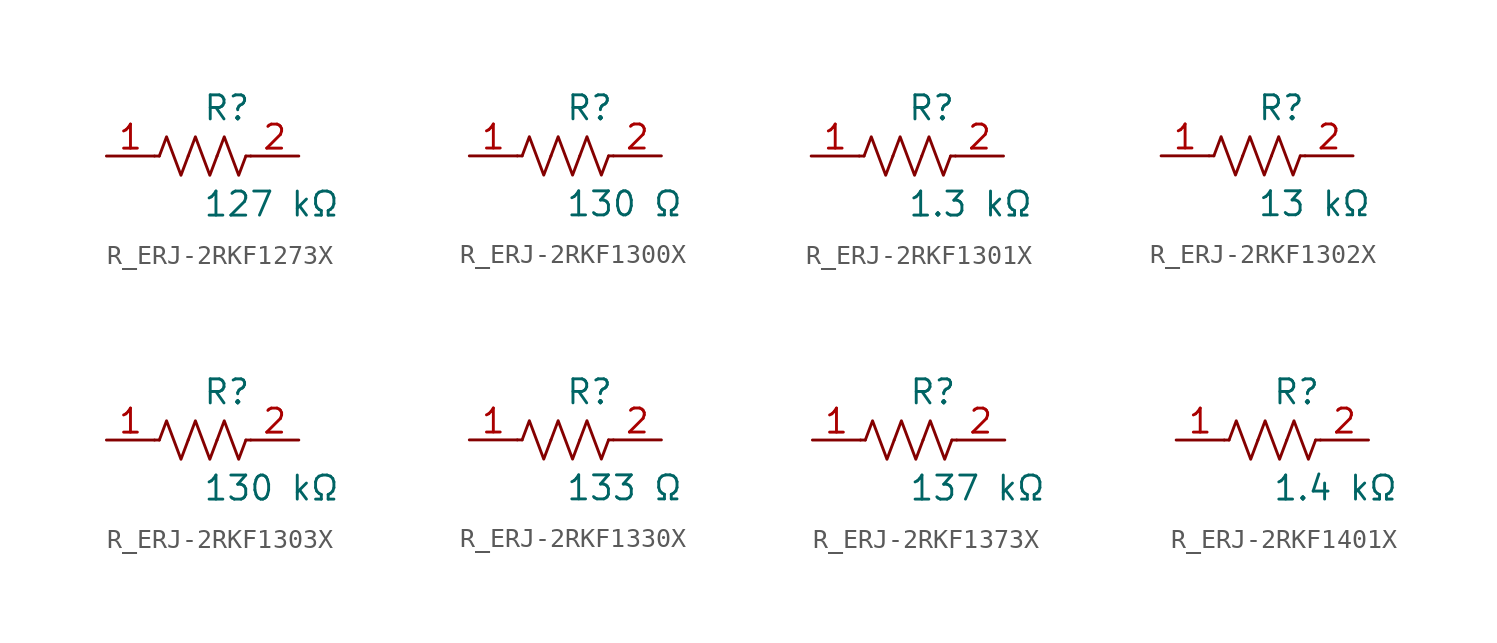
<source format=kicad_sym>
(kicad_symbol_lib
  (version 20231120)
  (generator kicad_symbol_editor)
  (generator_version 8.0)
  (symbol "R_ERJ-2RKF1273X"
    (pin_names
      (offset 0.254))
    (property "Reference" "R"
      (at 0.0 2.54 0)
      (effects (font (size 1.27 1.27)) (justify left)))
    (property "Value" "127 kΩ"
      (at 0.0 -2.54 0)
      (effects (font (size 1.27 1.27)) (justify left)))
    (symbol "R_ERJ-2RKF1273X_0_1"
      (polyline (pts (xy 2.286 0) (xy 2.54 0)) (stroke (width 0) (type default)) (fill (type none)))
      (polyline (pts (xy -2.286 0) (xy -2.54 0)) (stroke (width 0) (type default)) (fill (type none)))
      (polyline (pts (xy 0.762 0) (xy 1.143 1.016) (xy 1.524 0) (xy 1.905 -1.016) (xy 2.286 0)) (stroke (width 0) (type default)) (fill (type none)))
      (polyline (pts (xy -0.762 0) (xy -0.381 1.016) (xy 0 0) (xy 0.381 -1.016) (xy 0.762 0)) (stroke (width 0) (type default)) (fill (type none)))
      (polyline (pts (xy -2.286 0) (xy -1.905 1.016) (xy -1.524 0) (xy -1.143 -1.016) (xy -0.762 0)) (stroke (width 0) (type default)) (fill (type none))))
    (pin unspecified line
      (at -5.08 0 0)
      (length 2.54)
      (name "" (effects (font (size 1.27 1.27))))
      (number "1" (effects (font (size 1.27 1.27)))))
    (pin unspecified line
      (at 5.08 0 180)
      (length 2.54)
      (name "" (effects (font (size 1.27 1.27))))
      (number "2" (effects (font (size 1.27 1.27))))))
  (symbol "R_ERJ-2RKF1300X"
    (pin_names
      (offset 0.254))
    (property "Reference" "R"
      (at 0.0 2.54 0)
      (effects (font (size 1.27 1.27)) (justify left)))
    (property "Value" "130 Ω"
      (at 0.0 -2.54 0)
      (effects (font (size 1.27 1.27)) (justify left)))
    (symbol "R_ERJ-2RKF1300X_0_1"
      (polyline (pts (xy 2.286 0) (xy 2.54 0)) (stroke (width 0) (type default)) (fill (type none)))
      (polyline (pts (xy -2.286 0) (xy -2.54 0)) (stroke (width 0) (type default)) (fill (type none)))
      (polyline (pts (xy 0.762 0) (xy 1.143 1.016) (xy 1.524 0) (xy 1.905 -1.016) (xy 2.286 0)) (stroke (width 0) (type default)) (fill (type none)))
      (polyline (pts (xy -0.762 0) (xy -0.381 1.016) (xy 0 0) (xy 0.381 -1.016) (xy 0.762 0)) (stroke (width 0) (type default)) (fill (type none)))
      (polyline (pts (xy -2.286 0) (xy -1.905 1.016) (xy -1.524 0) (xy -1.143 -1.016) (xy -0.762 0)) (stroke (width 0) (type default)) (fill (type none))))
    (pin unspecified line
      (at -5.08 0 0)
      (length 2.54)
      (name "" (effects (font (size 1.27 1.27))))
      (number "1" (effects (font (size 1.27 1.27)))))
    (pin unspecified line
      (at 5.08 0 180)
      (length 2.54)
      (name "" (effects (font (size 1.27 1.27))))
      (number "2" (effects (font (size 1.27 1.27))))))
  (symbol "R_ERJ-2RKF1301X"
    (pin_names
      (offset 0.254))
    (property "Reference" "R"
      (at 0.0 2.54 0)
      (effects (font (size 1.27 1.27)) (justify left)))
    (property "Value" "1.3 kΩ"
      (at 0.0 -2.54 0)
      (effects (font (size 1.27 1.27)) (justify left)))
    (symbol "R_ERJ-2RKF1301X_0_1"
      (polyline (pts (xy 2.286 0) (xy 2.54 0)) (stroke (width 0) (type default)) (fill (type none)))
      (polyline (pts (xy -2.286 0) (xy -2.54 0)) (stroke (width 0) (type default)) (fill (type none)))
      (polyline (pts (xy 0.762 0) (xy 1.143 1.016) (xy 1.524 0) (xy 1.905 -1.016) (xy 2.286 0)) (stroke (width 0) (type default)) (fill (type none)))
      (polyline (pts (xy -0.762 0) (xy -0.381 1.016) (xy 0 0) (xy 0.381 -1.016) (xy 0.762 0)) (stroke (width 0) (type default)) (fill (type none)))
      (polyline (pts (xy -2.286 0) (xy -1.905 1.016) (xy -1.524 0) (xy -1.143 -1.016) (xy -0.762 0)) (stroke (width 0) (type default)) (fill (type none))))
    (pin unspecified line
      (at -5.08 0 0)
      (length 2.54)
      (name "" (effects (font (size 1.27 1.27))))
      (number "1" (effects (font (size 1.27 1.27)))))
    (pin unspecified line
      (at 5.08 0 180)
      (length 2.54)
      (name "" (effects (font (size 1.27 1.27))))
      (number "2" (effects (font (size 1.27 1.27))))))
  (symbol "R_ERJ-2RKF1302X"
    (pin_names
      (offset 0.254))
    (property "Reference" "R"
      (at 0.0 2.54 0)
      (effects (font (size 1.27 1.27)) (justify left)))
    (property "Value" "13 kΩ"
      (at 0.0 -2.54 0)
      (effects (font (size 1.27 1.27)) (justify left)))
    (symbol "R_ERJ-2RKF1302X_0_1"
      (polyline (pts (xy 2.286 0) (xy 2.54 0)) (stroke (width 0) (type default)) (fill (type none)))
      (polyline (pts (xy -2.286 0) (xy -2.54 0)) (stroke (width 0) (type default)) (fill (type none)))
      (polyline (pts (xy 0.762 0) (xy 1.143 1.016) (xy 1.524 0) (xy 1.905 -1.016) (xy 2.286 0)) (stroke (width 0) (type default)) (fill (type none)))
      (polyline (pts (xy -0.762 0) (xy -0.381 1.016) (xy 0 0) (xy 0.381 -1.016) (xy 0.762 0)) (stroke (width 0) (type default)) (fill (type none)))
      (polyline (pts (xy -2.286 0) (xy -1.905 1.016) (xy -1.524 0) (xy -1.143 -1.016) (xy -0.762 0)) (stroke (width 0) (type default)) (fill (type none))))
    (pin unspecified line
      (at -5.08 0 0)
      (length 2.54)
      (name "" (effects (font (size 1.27 1.27))))
      (number "1" (effects (font (size 1.27 1.27)))))
    (pin unspecified line
      (at 5.08 0 180)
      (length 2.54)
      (name "" (effects (font (size 1.27 1.27))))
      (number "2" (effects (font (size 1.27 1.27))))))
  (symbol "R_ERJ-2RKF1303X"
    (pin_names
      (offset 0.254))
    (property "Reference" "R"
      (at 0.0 2.54 0)
      (effects (font (size 1.27 1.27)) (justify left)))
    (property "Value" "130 kΩ"
      (at 0.0 -2.54 0)
      (effects (font (size 1.27 1.27)) (justify left)))
    (symbol "R_ERJ-2RKF1303X_0_1"
      (polyline (pts (xy 2.286 0) (xy 2.54 0)) (stroke (width 0) (type default)) (fill (type none)))
      (polyline (pts (xy -2.286 0) (xy -2.54 0)) (stroke (width 0) (type default)) (fill (type none)))
      (polyline (pts (xy 0.762 0) (xy 1.143 1.016) (xy 1.524 0) (xy 1.905 -1.016) (xy 2.286 0)) (stroke (width 0) (type default)) (fill (type none)))
      (polyline (pts (xy -0.762 0) (xy -0.381 1.016) (xy 0 0) (xy 0.381 -1.016) (xy 0.762 0)) (stroke (width 0) (type default)) (fill (type none)))
      (polyline (pts (xy -2.286 0) (xy -1.905 1.016) (xy -1.524 0) (xy -1.143 -1.016) (xy -0.762 0)) (stroke (width 0) (type default)) (fill (type none))))
    (pin unspecified line
      (at -5.08 0 0)
      (length 2.54)
      (name "" (effects (font (size 1.27 1.27))))
      (number "1" (effects (font (size 1.27 1.27)))))
    (pin unspecified line
      (at 5.08 0 180)
      (length 2.54)
      (name "" (effects (font (size 1.27 1.27))))
      (number "2" (effects (font (size 1.27 1.27))))))
  (symbol "R_ERJ-2RKF1330X"
    (pin_names
      (offset 0.254))
    (property "Reference" "R"
      (at 0.0 2.54 0)
      (effects (font (size 1.27 1.27)) (justify left)))
    (property "Value" "133 Ω"
      (at 0.0 -2.54 0)
      (effects (font (size 1.27 1.27)) (justify left)))
    (symbol "R_ERJ-2RKF1330X_0_1"
      (polyline (pts (xy 2.286 0) (xy 2.54 0)) (stroke (width 0) (type default)) (fill (type none)))
      (polyline (pts (xy -2.286 0) (xy -2.54 0)) (stroke (width 0) (type default)) (fill (type none)))
      (polyline (pts (xy 0.762 0) (xy 1.143 1.016) (xy 1.524 0) (xy 1.905 -1.016) (xy 2.286 0)) (stroke (width 0) (type default)) (fill (type none)))
      (polyline (pts (xy -0.762 0) (xy -0.381 1.016) (xy 0 0) (xy 0.381 -1.016) (xy 0.762 0)) (stroke (width 0) (type default)) (fill (type none)))
      (polyline (pts (xy -2.286 0) (xy -1.905 1.016) (xy -1.524 0) (xy -1.143 -1.016) (xy -0.762 0)) (stroke (width 0) (type default)) (fill (type none))))
    (pin unspecified line
      (at -5.08 0 0)
      (length 2.54)
      (name "" (effects (font (size 1.27 1.27))))
      (number "1" (effects (font (size 1.27 1.27)))))
    (pin unspecified line
      (at 5.08 0 180)
      (length 2.54)
      (name "" (effects (font (size 1.27 1.27))))
      (number "2" (effects (font (size 1.27 1.27))))))
  (symbol "R_ERJ-2RKF1373X"
    (pin_names
      (offset 0.254))
    (property "Reference" "R"
      (at 0.0 2.54 0)
      (effects (font (size 1.27 1.27)) (justify left)))
    (property "Value" "137 kΩ"
      (at 0.0 -2.54 0)
      (effects (font (size 1.27 1.27)) (justify left)))
    (symbol "R_ERJ-2RKF1373X_0_1"
      (polyline (pts (xy 2.286 0) (xy 2.54 0)) (stroke (width 0) (type default)) (fill (type none)))
      (polyline (pts (xy -2.286 0) (xy -2.54 0)) (stroke (width 0) (type default)) (fill (type none)))
      (polyline (pts (xy 0.762 0) (xy 1.143 1.016) (xy 1.524 0) (xy 1.905 -1.016) (xy 2.286 0)) (stroke (width 0) (type default)) (fill (type none)))
      (polyline (pts (xy -0.762 0) (xy -0.381 1.016) (xy 0 0) (xy 0.381 -1.016) (xy 0.762 0)) (stroke (width 0) (type default)) (fill (type none)))
      (polyline (pts (xy -2.286 0) (xy -1.905 1.016) (xy -1.524 0) (xy -1.143 -1.016) (xy -0.762 0)) (stroke (width 0) (type default)) (fill (type none))))
    (pin unspecified line
      (at -5.08 0 0)
      (length 2.54)
      (name "" (effects (font (size 1.27 1.27))))
      (number "1" (effects (font (size 1.27 1.27)))))
    (pin unspecified line
      (at 5.08 0 180)
      (length 2.54)
      (name "" (effects (font (size 1.27 1.27))))
      (number "2" (effects (font (size 1.27 1.27))))))
  (symbol "R_ERJ-2RKF1401X"
    (pin_names
      (offset 0.254))
    (property "Reference" "R"
      (at 0.0 2.54 0)
      (effects (font (size 1.27 1.27)) (justify left)))
    (property "Value" "1.4 kΩ"
      (at 0.0 -2.54 0)
      (effects (font (size 1.27 1.27)) (justify left)))
    (symbol "R_ERJ-2RKF1401X_0_1"
      (polyline (pts (xy 2.286 0) (xy 2.54 0)) (stroke (width 0) (type default)) (fill (type none)))
      (polyline (pts (xy -2.286 0) (xy -2.54 0)) (stroke (width 0) (type default)) (fill (type none)))
      (polyline (pts (xy 0.762 0) (xy 1.143 1.016) (xy 1.524 0) (xy 1.905 -1.016) (xy 2.286 0)) (stroke (width 0) (type default)) (fill (type none)))
      (polyline (pts (xy -0.762 0) (xy -0.381 1.016) (xy 0 0) (xy 0.381 -1.016) (xy 0.762 0)) (stroke (width 0) (type default)) (fill (type none)))
      (polyline (pts (xy -2.286 0) (xy -1.905 1.016) (xy -1.524 0) (xy -1.143 -1.016) (xy -0.762 0)) (stroke (width 0) (type default)) (fill (type none))))
    (pin unspecified line
      (at -5.08 0 0)
      (length 2.54)
      (name "" (effects (font (size 1.27 1.27))))
      (number "1" (effects (font (size 1.27 1.27)))))
    (pin unspecified line
      (at 5.08 0 180)
      (length 2.54)
      (name "" (effects (font (size 1.27 1.27))))
      (number "2" (effects (font (size 1.27 1.27)))))))
</source>
